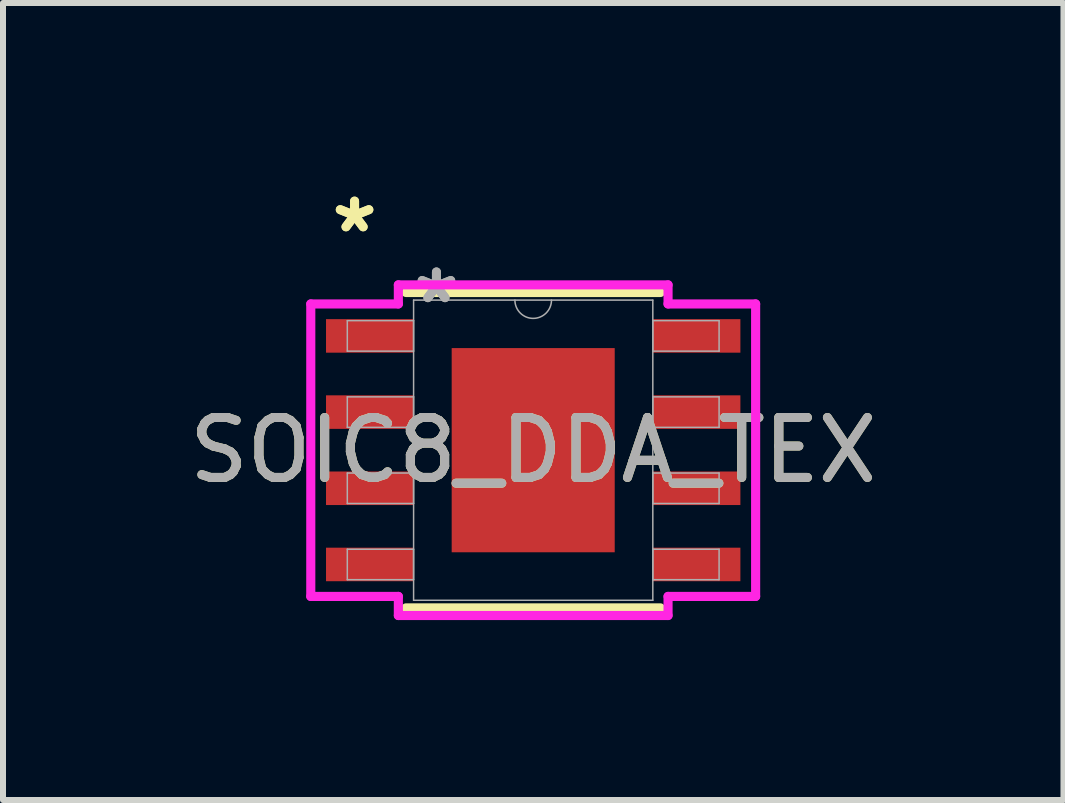
<source format=kicad_pcb>
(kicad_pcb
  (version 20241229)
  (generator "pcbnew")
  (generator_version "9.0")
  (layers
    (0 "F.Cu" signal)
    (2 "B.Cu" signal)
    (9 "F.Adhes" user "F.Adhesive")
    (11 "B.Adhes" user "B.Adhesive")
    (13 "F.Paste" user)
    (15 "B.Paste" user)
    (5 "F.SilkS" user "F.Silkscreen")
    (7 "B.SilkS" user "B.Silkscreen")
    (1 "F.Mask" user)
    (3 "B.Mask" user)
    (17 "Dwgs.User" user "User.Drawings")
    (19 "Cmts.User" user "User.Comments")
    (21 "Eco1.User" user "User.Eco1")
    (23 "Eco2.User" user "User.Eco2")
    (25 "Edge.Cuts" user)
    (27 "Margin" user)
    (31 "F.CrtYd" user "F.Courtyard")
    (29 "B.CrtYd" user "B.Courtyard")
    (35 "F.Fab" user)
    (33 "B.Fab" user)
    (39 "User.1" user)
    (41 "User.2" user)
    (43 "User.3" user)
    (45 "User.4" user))
  (footprint "SOIC8_DDA_TEX"
    (layer "F.Cu")
    (at 5.839 4.455)
    (property "Reference" "SOIC8_DDA_TEX" (at 0 0 0) (unlocked yes) (layer "F.SilkS") (effects (font (size 1 1) (thickness 0.15))))
    (attr smd)
    (fp_line (start -2.121 2.629) (end 2.121 2.629) (stroke (width 0.152) (type solid)) (layer "F.SilkS"))
    (fp_line (start 2.121 -2.629) (end -2.121 -2.629) (stroke (width 0.152) (type solid)) (layer "F.SilkS"))
    (fp_poly (pts (xy -1.259 -1.602) (xy -1.259 -0.1) (xy -0.1 -0.1) (xy -0.1 -1.602)) (stroke (width 0) (type solid)) (fill yes) (layer "F.Paste"))
    (fp_poly (pts (xy -1.259 0.1) (xy -1.259 1.602) (xy -0.1 1.602) (xy -0.1 0.1)) (stroke (width 0) (type solid)) (fill yes) (layer "F.Paste"))
    (fp_poly (pts (xy 0.1 -1.602) (xy 0.1 -0.1) (xy 1.259 -0.1) (xy 1.259 -1.602)) (stroke (width 0) (type solid)) (fill yes) (layer "F.Paste"))
    (fp_poly (pts (xy 0.1 0.1) (xy 0.1 1.602) (xy 1.259 1.602) (xy 1.259 0.1)) (stroke (width 0) (type solid)) (fill yes) (layer "F.Paste"))
    (fp_line (start -3.708 -2.438) (end -2.248 -2.438) (stroke (width 0.152) (type solid)) (layer "F.CrtYd"))
    (fp_line (start -3.708 2.438) (end -3.708 -2.438) (stroke (width 0.152) (type solid)) (layer "F.CrtYd"))
    (fp_line (start -3.708 2.438) (end -2.248 2.438) (stroke (width 0.152) (type solid)) (layer "F.CrtYd"))
    (fp_line (start -2.248 -2.756) (end 2.248 -2.756) (stroke (width 0.152) (type solid)) (layer "F.CrtYd"))
    (fp_line (start -2.248 -2.438) (end -2.248 -2.756) (stroke (width 0.152) (type solid)) (layer "F.CrtYd"))
    (fp_line (start -2.248 2.756) (end -2.248 2.438) (stroke (width 0.152) (type solid)) (layer "F.CrtYd"))
    (fp_line (start 2.248 -2.756) (end 2.248 -2.438) (stroke (width 0.152) (type solid)) (layer "F.CrtYd"))
    (fp_line (start 2.248 2.438) (end 2.248 2.756) (stroke (width 0.152) (type solid)) (layer "F.CrtYd"))
    (fp_line (start 2.248 2.756) (end -2.248 2.756) (stroke (width 0.152) (type solid)) (layer "F.CrtYd"))
    (fp_line (start 3.708 -2.438) (end 2.248 -2.438) (stroke (width 0.152) (type solid)) (layer "F.CrtYd"))
    (fp_line (start 3.708 -2.438) (end 3.708 2.438) (stroke (width 0.152) (type solid)) (layer "F.CrtYd"))
    (fp_line (start 3.708 2.438) (end 2.248 2.438) (stroke (width 0.152) (type solid)) (layer "F.CrtYd"))
    (fp_line (start -3.099 -2.159) (end -3.099 -1.651) (stroke (width 0.025) (type solid)) (layer "F.Fab"))
    (fp_line (start -3.099 -1.651) (end -1.994 -1.651) (stroke (width 0.025) (type solid)) (layer "F.Fab"))
    (fp_line (start -3.099 -0.889) (end -3.099 -0.381) (stroke (width 0.025) (type solid)) (layer "F.Fab"))
    (fp_line (start -3.099 -0.381) (end -1.994 -0.381) (stroke (width 0.025) (type solid)) (layer "F.Fab"))
    (fp_line (start -3.099 0.381) (end -3.099 0.889) (stroke (width 0.025) (type solid)) (layer "F.Fab"))
    (fp_line (start -3.099 0.889) (end -1.994 0.889) (stroke (width 0.025) (type solid)) (layer "F.Fab"))
    (fp_line (start -3.099 1.651) (end -3.099 2.159) (stroke (width 0.025) (type solid)) (layer "F.Fab"))
    (fp_line (start -3.099 2.159) (end -1.994 2.159) (stroke (width 0.025) (type solid)) (layer "F.Fab"))
    (fp_line (start -1.994 -2.502) (end -1.994 2.502) (stroke (width 0.025) (type solid)) (layer "F.Fab"))
    (fp_line (start -1.994 -2.159) (end -3.099 -2.159) (stroke (width 0.025) (type solid)) (layer "F.Fab"))
    (fp_line (start -1.994 -1.651) (end -1.994 -2.159) (stroke (width 0.025) (type solid)) (layer "F.Fab"))
    (fp_line (start -1.994 -0.889) (end -3.099 -0.889) (stroke (width 0.025) (type solid)) (layer "F.Fab"))
    (fp_line (start -1.994 -0.381) (end -1.994 -0.889) (stroke (width 0.025) (type solid)) (layer "F.Fab"))
    (fp_line (start -1.994 0.381) (end -3.099 0.381) (stroke (width 0.025) (type solid)) (layer "F.Fab"))
    (fp_line (start -1.994 0.889) (end -1.994 0.381) (stroke (width 0.025) (type solid)) (layer "F.Fab"))
    (fp_line (start -1.994 1.651) (end -3.099 1.651) (stroke (width 0.025) (type solid)) (layer "F.Fab"))
    (fp_line (start -1.994 2.159) (end -1.994 1.651) (stroke (width 0.025) (type solid)) (layer "F.Fab"))
    (fp_line (start -1.994 2.502) (end 1.994 2.502) (stroke (width 0.025) (type solid)) (layer "F.Fab"))
    (fp_line (start 1.994 -2.502) (end -1.994 -2.502) (stroke (width 0.025) (type solid)) (layer "F.Fab"))
    (fp_line (start 1.994 -2.159) (end 1.994 -1.651) (stroke (width 0.025) (type solid)) (layer "F.Fab"))
    (fp_line (start 1.994 -1.651) (end 3.099 -1.651) (stroke (width 0.025) (type solid)) (layer "F.Fab"))
    (fp_line (start 1.994 -0.889) (end 1.994 -0.381) (stroke (width 0.025) (type solid)) (layer "F.Fab"))
    (fp_line (start 1.994 -0.381) (end 3.099 -0.381) (stroke (width 0.025) (type solid)) (layer "F.Fab"))
    (fp_line (start 1.994 0.381) (end 1.994 0.889) (stroke (width 0.025) (type solid)) (layer "F.Fab"))
    (fp_line (start 1.994 0.889) (end 3.099 0.889) (stroke (width 0.025) (type solid)) (layer "F.Fab"))
    (fp_line (start 1.994 1.651) (end 1.994 2.159) (stroke (width 0.025) (type solid)) (layer "F.Fab"))
    (fp_line (start 1.994 2.159) (end 3.099 2.159) (stroke (width 0.025) (type solid)) (layer "F.Fab"))
    (fp_line (start 1.994 2.502) (end 1.994 -2.502) (stroke (width 0.025) (type solid)) (layer "F.Fab"))
    (fp_line (start 3.099 -2.159) (end 1.994 -2.159) (stroke (width 0.025) (type solid)) (layer "F.Fab"))
    (fp_line (start 3.099 -1.651) (end 3.099 -2.159) (stroke (width 0.025) (type solid)) (layer "F.Fab"))
    (fp_line (start 3.099 -0.889) (end 1.994 -0.889) (stroke (width 0.025) (type solid)) (layer "F.Fab"))
    (fp_line (start 3.099 -0.381) (end 3.099 -0.889) (stroke (width 0.025) (type solid)) (layer "F.Fab"))
    (fp_line (start 3.099 0.381) (end 1.994 0.381) (stroke (width 0.025) (type solid)) (layer "F.Fab"))
    (fp_line (start 3.099 0.889) (end 3.099 0.381) (stroke (width 0.025) (type solid)) (layer "F.Fab"))
    (fp_line (start 3.099 1.651) (end 1.994 1.651) (stroke (width 0.025) (type solid)) (layer "F.Fab"))
    (fp_line (start 3.099 2.159) (end 3.099 1.651) (stroke (width 0.025) (type solid)) (layer "F.Fab"))
    (fp_arc (start 0.3048 -2.5019) (mid 0 -2.1971) (end -0.3048 -2.5019) (stroke (width 0.0254) (type solid)) (layer "F.Fab"))
    (fp_text user "*" (at -2.978 -3.607 0) (unlocked yes) (layer "F.SilkS") (effects (font (size 1 1) (thickness 0.15))))
    (fp_text user "*" (at -2.978 -3.607 0) (layer "F.SilkS") (effects (font (size 1 1) (thickness 0.15))))
    (fp_text user "*" (at -1.613 -2.426 0) (unlocked yes) (layer "F.Fab") (effects (font (size 1 1) (thickness 0.15))))
    (fp_text user "*" (at -1.613 -2.426 0) (layer "F.Fab") (effects (font (size 1 1) (thickness 0.15))))
    (fp_text user "${REFERENCE}" (at 0 0 0) (unlocked yes) (layer "F.Fab") (effects (font (size 1 1) (thickness 0.15))))
    (pad "1" smd rect (at -2.724 -1.905) (size 1.46 0.559) (layers "F.Cu" "F.Mask" "F.Paste"))
    (pad "2" smd rect (at -2.724 -0.635) (size 1.46 0.559) (layers "F.Cu" "F.Mask" "F.Paste"))
    (pad "3" smd rect (at -2.724 0.635) (size 1.46 0.559) (layers "F.Cu" "F.Mask" "F.Paste"))
    (pad "4" smd rect (at -2.724 1.905) (size 1.46 0.559) (layers "F.Cu" "F.Mask" "F.Paste"))
    (pad "5" smd rect (at 2.724 1.905) (size 1.46 0.559) (layers "F.Cu" "F.Mask" "F.Paste"))
    (pad "6" smd rect (at 2.724 0.635) (size 1.46 0.559) (layers "F.Cu" "F.Mask" "F.Paste"))
    (pad "7" smd rect (at 2.724 -0.635) (size 1.46 0.559) (layers "F.Cu" "F.Mask" "F.Paste"))
    (pad "8" smd rect (at 2.724 -1.905) (size 1.46 0.559) (layers "F.Cu" "F.Mask" "F.Paste"))
    (pad "EPAD" smd rect (at 0 0) (size 2.718 3.404) (layers "F.Cu" "F.Mask")))
  (gr_rect
    (start -3 -3)
    (end 14.679 10.287)
    (stroke (width 0.1) (type default))
    (fill no)
    (layer "Edge.Cuts")))
</source>
